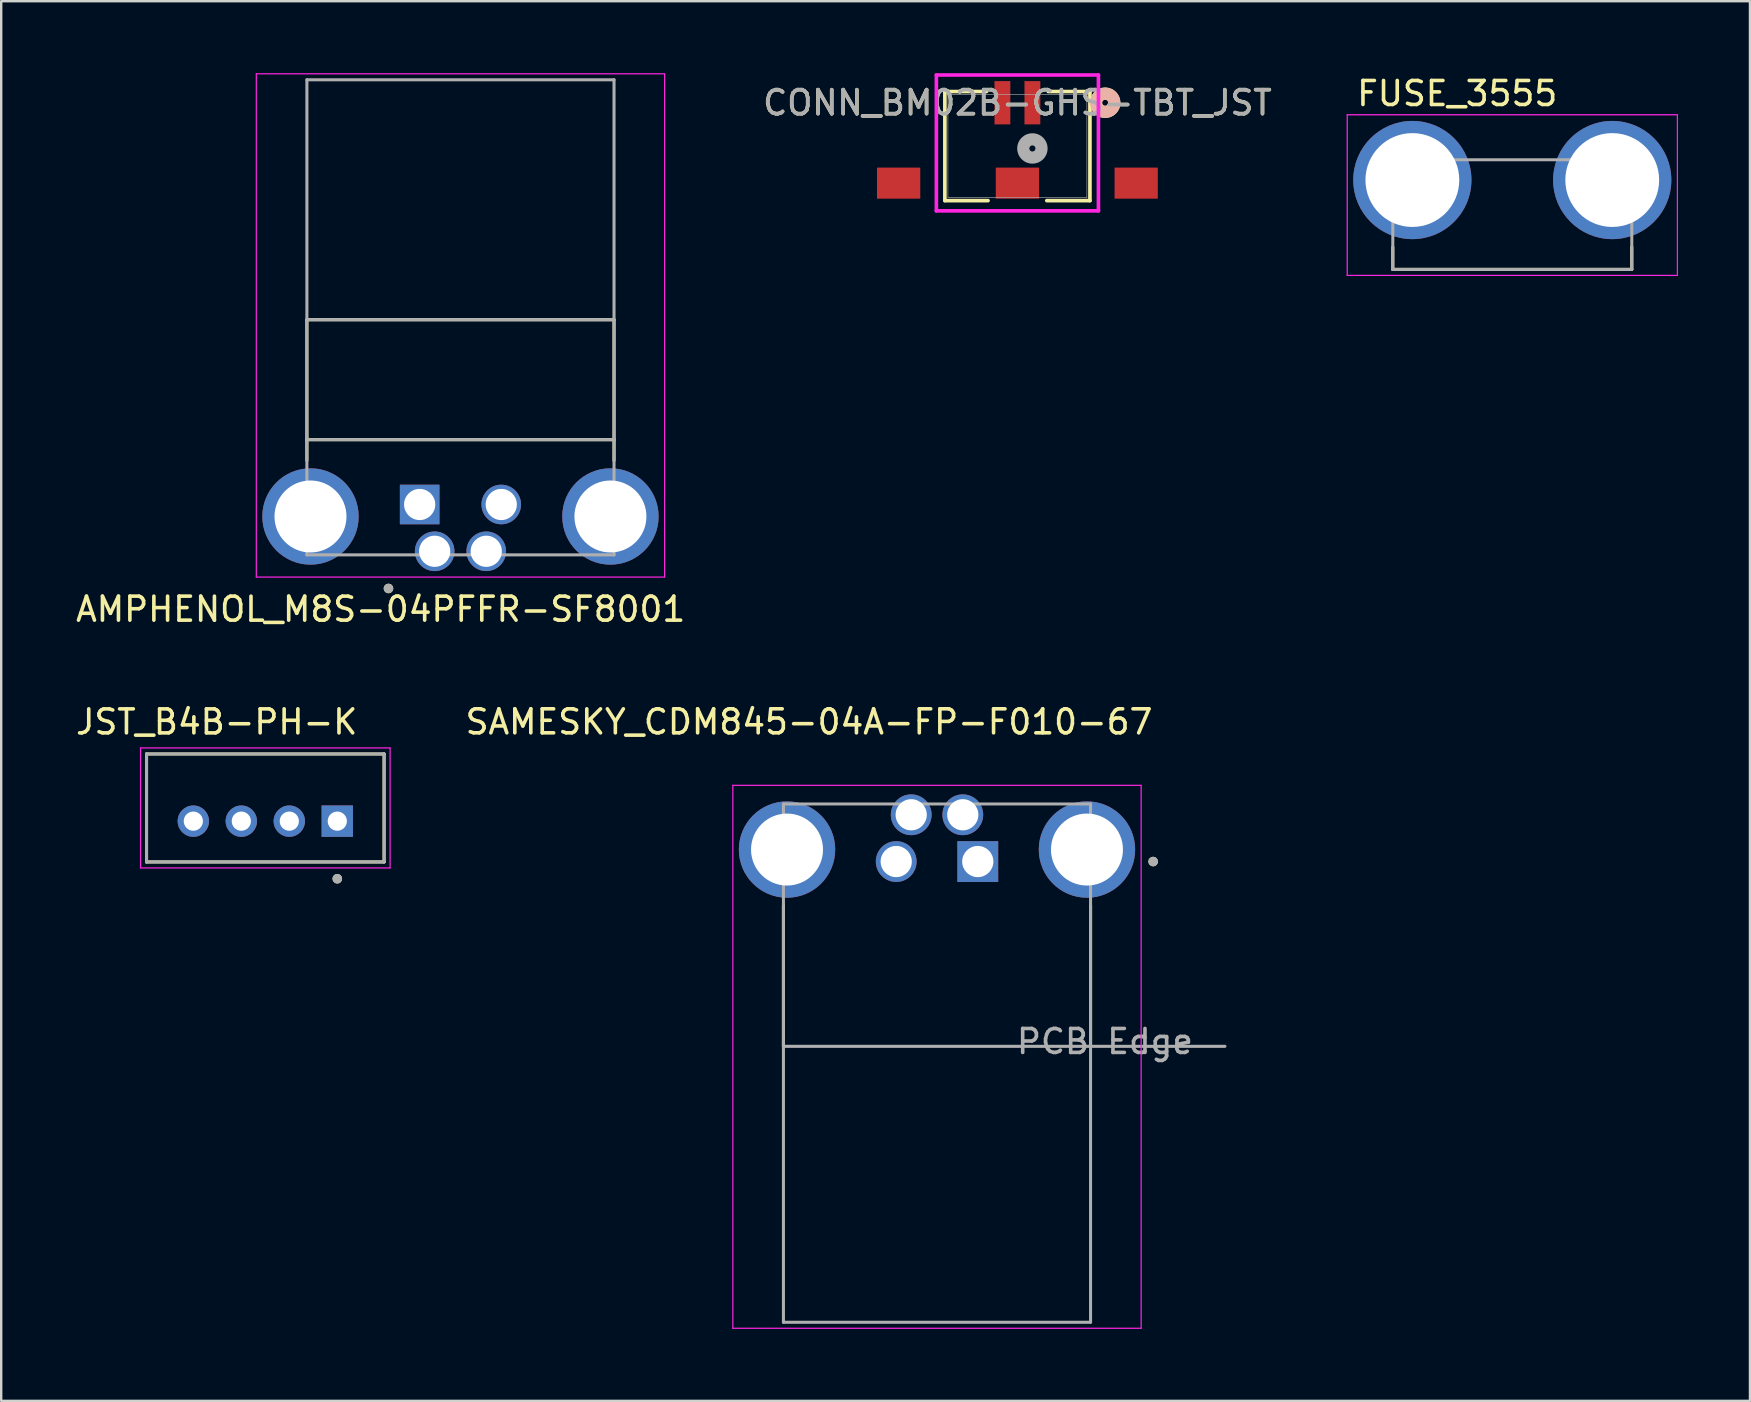
<source format=kicad_pcb>
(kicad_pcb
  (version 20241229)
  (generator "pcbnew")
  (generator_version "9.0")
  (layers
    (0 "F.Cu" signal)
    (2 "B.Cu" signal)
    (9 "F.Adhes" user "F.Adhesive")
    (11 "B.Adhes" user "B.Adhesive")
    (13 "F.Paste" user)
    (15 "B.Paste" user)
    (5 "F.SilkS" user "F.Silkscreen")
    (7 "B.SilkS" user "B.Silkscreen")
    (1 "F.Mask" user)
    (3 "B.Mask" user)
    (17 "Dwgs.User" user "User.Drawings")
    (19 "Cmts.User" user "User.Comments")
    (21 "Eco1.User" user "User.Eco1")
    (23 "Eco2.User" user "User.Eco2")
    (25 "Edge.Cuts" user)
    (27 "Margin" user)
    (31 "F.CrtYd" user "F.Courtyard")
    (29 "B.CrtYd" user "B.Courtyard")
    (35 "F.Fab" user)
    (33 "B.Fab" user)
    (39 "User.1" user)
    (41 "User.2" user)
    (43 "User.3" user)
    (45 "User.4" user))
  (footprint "AMPHENOL_M8S-04PFFR-SF8001"
    (layer "F.Cu")
    (at 16.14 18.475)
    (property "Reference" "AMPHENOL_M8S-04PFFR-SF8001" (at -3.325 3.865 0) (layer "F.SilkS") (effects (font (size 1 1) (thickness 0.15))))
    (attr through_hole)
    (fp_line (start -6.4 -8.2) (end 6.4 -8.2) (stroke (width 0.127) (type solid)) (layer "F.SilkS"))
    (fp_line (start -6.4 -3.2) (end -6.4 -8.2) (stroke (width 0.127) (type solid)) (layer "F.SilkS"))
    (fp_line (start -6.4 -3.2) (end 6.4 -3.2) (stroke (width 0.127) (type solid)) (layer "F.SilkS"))
    (fp_line (start -6.4 -2.328) (end -6.4 -3.2) (stroke (width 0.127) (type solid)) (layer "F.SilkS"))
    (fp_line (start 6.4 -8.2) (end 6.4 -3.2) (stroke (width 0.127) (type solid)) (layer "F.SilkS"))
    (fp_line (start 6.4 -3.2) (end 6.4 -2.328) (stroke (width 0.127) (type solid)) (layer "F.SilkS"))
    (fp_circle (center -3 3) (end -2.9 3) (stroke (width 0.2) (type solid)) (fill no) (layer "F.SilkS"))
    (fp_line (start -8.508 -18.45) (end -8.508 2.525) (stroke (width 0.05) (type solid)) (layer "F.CrtYd"))
    (fp_line (start -8.508 2.525) (end 8.508 2.525) (stroke (width 0.05) (type solid)) (layer "F.CrtYd"))
    (fp_line (start 8.508 -18.45) (end -8.508 -18.45) (stroke (width 0.05) (type solid)) (layer "F.CrtYd"))
    (fp_line (start 8.508 2.525) (end 8.508 -18.45) (stroke (width 0.05) (type solid)) (layer "F.CrtYd"))
    (fp_line (start -6.4 -18.2) (end 6.4 -18.2) (stroke (width 0.127) (type solid)) (layer "F.Fab"))
    (fp_line (start -6.4 -8.2) (end -6.4 -18.2) (stroke (width 0.127) (type solid)) (layer "F.Fab"))
    (fp_line (start -6.4 -8.2) (end 6.4 -8.2) (stroke (width 0.127) (type solid)) (layer "F.Fab"))
    (fp_line (start -6.4 -3.2) (end -6.4 -8.2) (stroke (width 0.127) (type solid)) (layer "F.Fab"))
    (fp_line (start -6.4 -3.2) (end 6.4 -3.2) (stroke (width 0.127) (type solid)) (layer "F.Fab"))
    (fp_line (start -6.4 1.6) (end -6.4 -3.2) (stroke (width 0.127) (type solid)) (layer "F.Fab"))
    (fp_line (start 6.4 -18.2) (end 6.4 -8.2) (stroke (width 0.127) (type solid)) (layer "F.Fab"))
    (fp_line (start 6.4 -8.2) (end 6.4 -3.2) (stroke (width 0.127) (type solid)) (layer "F.Fab"))
    (fp_line (start 6.4 -3.2) (end 6.4 1.6) (stroke (width 0.127) (type solid)) (layer "F.Fab"))
    (fp_line (start 6.4 1.6) (end -6.4 1.6) (stroke (width 0.127) (type solid)) (layer "F.Fab"))
    (fp_circle (center -3 3) (end -2.9 3) (stroke (width 0.2) (type solid)) (fill no) (layer "F.Fab"))
    (pad "1" thru_hole rect (at -1.7 -0.5) (size 1.65 1.65) (drill 1.3) (layers "*.Cu" "*.Mask"))
    (pad "2" thru_hole circle (at -1.075 1.45) (size 1.65 1.65) (drill 1.3) (layers "*.Cu" "*.Mask"))
    (pad "3" thru_hole circle (at 1.7 -0.5) (size 1.65 1.65) (drill 1.3) (layers "*.Cu" "*.Mask"))
    (pad "4" thru_hole circle (at 1.075 1.45) (size 1.65 1.65) (drill 1.3) (layers "*.Cu" "*.Mask"))
    (pad "G1" thru_hole circle (at -6.25 0) (size 4.016 4.016) (drill 3) (layers "*.Cu" "*.Mask"))
    (pad "G2" thru_hole circle (at 6.25 0) (size 4.016 4.016) (drill 3) (layers "*.Cu" "*.Mask")))
  (footprint "FUSE_3555"
    (layer "F.Cu")
    (at 59.976 5.893)
    (property "Reference" "FUSE_3555" (at -2.295 -5.045 0) (layer "F.SilkS") (effects (font (size 1 1) (thickness 0.15))))
    (attr through_hole)
    (fp_line (start -4.98 1.355) (end -4.98 2.285) (stroke (width 0.127) (type solid)) (layer "F.SilkS"))
    (fp_line (start -4.98 2.285) (end 4.98 2.285) (stroke (width 0.127) (type solid)) (layer "F.SilkS"))
    (fp_line (start 4.98 2.285) (end 4.98 1.355) (stroke (width 0.127) (type solid)) (layer "F.SilkS"))
    (fp_line (start -6.88 -4.16) (end -6.88 2.535) (stroke (width 0.05) (type solid)) (layer "F.CrtYd"))
    (fp_line (start -6.88 2.535) (end 6.88 2.535) (stroke (width 0.05) (type solid)) (layer "F.CrtYd"))
    (fp_line (start 6.88 -4.16) (end -6.88 -4.16) (stroke (width 0.05) (type solid)) (layer "F.CrtYd"))
    (fp_line (start 6.88 2.535) (end 6.88 -4.16) (stroke (width 0.05) (type solid)) (layer "F.CrtYd"))
    (fp_line (start -4.98 -2.285) (end -4.98 2.285) (stroke (width 0.127) (type solid)) (layer "F.Fab"))
    (fp_line (start -4.98 2.285) (end 4.98 2.285) (stroke (width 0.127) (type solid)) (layer "F.Fab"))
    (fp_line (start 4.98 -2.285) (end -4.98 -2.285) (stroke (width 0.127) (type solid)) (layer "F.Fab"))
    (fp_line (start 4.98 2.285) (end 4.98 -2.285) (stroke (width 0.127) (type solid)) (layer "F.Fab"))
    (pad "1_1" thru_hole circle (at -4.165 -1.44) (size 4.926 4.926) (drill 3.91) (layers "*.Cu" "*.Mask"))
    (pad "1_2" thru_hole circle (at 4.165 -1.44) (size 4.926 4.926) (drill 3.91) (layers "*.Cu" "*.Mask")))
  (footprint "JST_B4B-PH-K"
    (layer "F.Cu")
    (at 8.007 30.622)
    (property "Reference" "JST_B4B-PH-K" (at -2.025 -3.585 0) (layer "F.SilkS") (effects (font (size 1 1) (thickness 0.15))))
    (attr through_hole)
    (fp_line (start -4.95 -2.25) (end 4.95 -2.25) (stroke (width 0.127) (type solid)) (layer "F.SilkS"))
    (fp_line (start -4.95 2.25) (end -4.95 -2.25) (stroke (width 0.127) (type solid)) (layer "F.SilkS"))
    (fp_line (start 4.95 -2.25) (end 4.95 2.25) (stroke (width 0.127) (type solid)) (layer "F.SilkS"))
    (fp_line (start 4.95 2.25) (end -4.95 2.25) (stroke (width 0.127) (type solid)) (layer "F.SilkS"))
    (fp_circle (center 3 2.95) (end 3.1 2.95) (stroke (width 0.2) (type solid)) (fill no) (layer "F.SilkS"))
    (fp_line (start -5.2 -2.5) (end 5.2 -2.5) (stroke (width 0.05) (type solid)) (layer "F.CrtYd"))
    (fp_line (start -5.2 2.5) (end -5.2 -2.5) (stroke (width 0.05) (type solid)) (layer "F.CrtYd"))
    (fp_line (start 5.2 -2.5) (end 5.2 2.5) (stroke (width 0.05) (type solid)) (layer "F.CrtYd"))
    (fp_line (start 5.2 2.5) (end -5.2 2.5) (stroke (width 0.05) (type solid)) (layer "F.CrtYd"))
    (fp_line (start -4.95 -2.25) (end 4.95 -2.25) (stroke (width 0.127) (type solid)) (layer "F.Fab"))
    (fp_line (start -4.95 2.25) (end -4.95 -2.25) (stroke (width 0.127) (type solid)) (layer "F.Fab"))
    (fp_line (start 4.95 -2.25) (end 4.95 2.25) (stroke (width 0.127) (type solid)) (layer "F.Fab"))
    (fp_line (start 4.95 2.25) (end -4.95 2.25) (stroke (width 0.127) (type solid)) (layer "F.Fab"))
    (fp_circle (center 3 2.95) (end 3.1 2.95) (stroke (width 0.2) (type solid)) (fill no) (layer "F.Fab"))
    (pad "1" thru_hole rect (at 3 0.55) (size 1.308 1.308) (drill 0.8) (layers "*.Cu" "*.Mask"))
    (pad "2" thru_hole circle (at 1 0.55) (size 1.308 1.308) (drill 0.8) (layers "*.Cu" "*.Mask"))
    (pad "3" thru_hole circle (at -1 0.55) (size 1.308 1.308) (drill 0.8) (layers "*.Cu" "*.Mask"))
    (pad "4" thru_hole circle (at -3 0.55) (size 1.308 1.308) (drill 0.8) (layers "*.Cu" "*.Mask")))
  (footprint "CONN_BM02B-GHS-TBT_JST"
    (layer "F.Cu")
    (at 39.351 3.038)
    (property "Reference" "CONN_BM02B-GHS-TBT_JST" (at 0 -1.806 0) (unlocked yes) (layer "F.SilkS") (effects (font (size 1 1) (thickness 0.15))))
    (attr smd)
    (fp_line (start -3.023 -2.273) (end -3.023 2.273) (stroke (width 0.152) (type solid)) (layer "F.SilkS"))
    (fp_line (start -3.023 2.273) (end -1.224 2.273) (stroke (width 0.152) (type solid)) (layer "F.SilkS"))
    (fp_line (start -1.288 -2.273) (end -3.023 -2.273) (stroke (width 0.152) (type solid)) (layer "F.SilkS"))
    (fp_line (start 1.224 2.273) (end 3.023 2.273) (stroke (width 0.152) (type solid)) (layer "F.SilkS"))
    (fp_line (start 3.023 -2.273) (end 1.288 -2.273) (stroke (width 0.152) (type solid)) (layer "F.SilkS"))
    (fp_line (start 3.023 2.273) (end 3.023 -2.273) (stroke (width 0.152) (type solid)) (layer "F.SilkS"))
    (fp_circle (center 3.658 -1.806) (end 4.039 -1.806) (stroke (width 0.508) (type solid)) (fill no) (layer "F.SilkS"))
    (fp_circle (center 3.658 -1.806) (end 4.039 -1.806) (stroke (width 0.508) (type solid)) (fill no) (layer "B.SilkS"))
    (fp_line (start -3.377 -2.962) (end -3.377 2.699) (stroke (width 0.152) (type solid)) (layer "F.CrtYd"))
    (fp_line (start -3.377 2.699) (end 3.377 2.699) (stroke (width 0.152) (type solid)) (layer "F.CrtYd"))
    (fp_line (start 3.377 -2.962) (end -3.377 -2.962) (stroke (width 0.152) (type solid)) (layer "F.CrtYd"))
    (fp_line (start 3.377 2.699) (end 3.377 -2.962) (stroke (width 0.152) (type solid)) (layer "F.CrtYd"))
    (fp_line (start -2.896 -2.146) (end -2.896 2.146) (stroke (width 0.025) (type solid)) (layer "F.Fab"))
    (fp_line (start -2.896 2.146) (end 2.896 2.146) (stroke (width 0.025) (type solid)) (layer "F.Fab"))
    (fp_line (start 2.896 -2.146) (end -2.896 -2.146) (stroke (width 0.025) (type solid)) (layer "F.Fab"))
    (fp_line (start 2.896 2.146) (end 2.896 -2.146) (stroke (width 0.025) (type solid)) (layer "F.Fab"))
    (fp_circle (center 0.625 0.099) (end 1.006 0.099) (stroke (width 0.508) (type solid)) (fill no) (layer "F.Fab"))
    (fp_text user "${REFERENCE}" (at 0 -1.806 0) (unlocked yes) (layer "F.Fab") (effects (font (size 1 1) (thickness 0.15))))
    (pad "1" smd rect (at 0.625 -1.806) (size 0.66 1.803) (layers "F.Cu" "F.Mask" "F.Paste"))
    (pad "2" smd rect (at -0.625 -1.806) (size 0.66 1.803) (layers "F.Cu" "F.Mask" "F.Paste"))
    (pad "3" smd rect (at -4.95 1.544 90) (size 1.295 1.803) (layers "F.Cu" "F.Mask" "F.Paste"))
    (pad "4" smd rect (at 0 1.544 90) (size 1.295 1.803) (layers "F.Cu" "F.Mask" "F.Paste"))
    (pad "5" smd rect (at 4.95 1.544 90) (size 1.295 1.803) (layers "F.Cu" "F.Mask" "F.Paste")))
  (footprint "SAMESKY_CDM845-04A-FP-F010-67"
    (layer "F.Cu")
    (at 36 32.356)
    (property "Reference" "SAMESKY_CDM845-04A-FP-F010-67" (at -5.333 -5.32 0) (layer "F.SilkS") (effects (font (size 1 1) (thickness 0.15))))
    (attr through_hole)
    (fp_line (start -6.4 8.2) (end -6.4 2.328) (stroke (width 0.127) (type solid)) (layer "F.SilkS"))
    (fp_line (start 6.4 8.2) (end 6.4 2.328) (stroke (width 0.127) (type solid)) (layer "F.SilkS"))
    (fp_circle (center 9.008 0.5) (end 9.108 0.5) (stroke (width 0.2) (type solid)) (fill no) (layer "F.SilkS"))
    (fp_line (start -8.508 -2.676) (end -8.508 19.95) (stroke (width 0.05) (type solid)) (layer "F.CrtYd"))
    (fp_line (start -8.508 19.95) (end 8.508 19.95) (stroke (width 0.05) (type solid)) (layer "F.CrtYd"))
    (fp_line (start 8.508 -2.676) (end -8.508 -2.676) (stroke (width 0.05) (type solid)) (layer "F.CrtYd"))
    (fp_line (start 8.508 19.95) (end 8.508 -2.676) (stroke (width 0.05) (type solid)) (layer "F.CrtYd"))
    (fp_line (start -6.4 -1.9) (end 6.4 -1.9) (stroke (width 0.127) (type solid)) (layer "F.Fab"))
    (fp_line (start -6.4 8.2) (end -6.4 -1.9) (stroke (width 0.127) (type solid)) (layer "F.Fab"))
    (fp_line (start -6.4 8.2) (end 12 8.2) (stroke (width 0.127) (type solid)) (layer "F.Fab"))
    (fp_line (start -6.4 19.7) (end -6.4 8.2) (stroke (width 0.127) (type solid)) (layer "F.Fab"))
    (fp_line (start 6.4 -1.9) (end 6.4 19.7) (stroke (width 0.127) (type solid)) (layer "F.Fab"))
    (fp_line (start 6.4 19.7) (end -6.4 19.7) (stroke (width 0.127) (type solid)) (layer "F.Fab"))
    (fp_circle (center 9.008 0.5) (end 9.108 0.5) (stroke (width 0.2) (type solid)) (fill no) (layer "F.Fab"))
    (fp_text user "PCB Edge" (at 7 8 0) (layer "F.Fab") (effects (font (size 1 1) (thickness 0.15))))
    (pad "1" thru_hole rect (at 1.7 0.5) (size 1.7 1.7) (drill 1.3) (layers "*.Cu" "*.Mask"))
    (pad "2" thru_hole circle (at 1.075 -1.45) (size 1.7 1.7) (drill 1.3) (layers "*.Cu" "*.Mask"))
    (pad "3" thru_hole circle (at -1.7 0.5) (size 1.7 1.7) (drill 1.3) (layers "*.Cu" "*.Mask"))
    (pad "4" thru_hole circle (at -1.075 -1.45) (size 1.7 1.7) (drill 1.3) (layers "*.Cu" "*.Mask"))
    (pad "SH1" thru_hole circle (at 6.25 0) (size 4.016 4.016) (drill 3) (layers "*.Cu" "*.Mask"))
    (pad "SH2" thru_hole circle (at -6.25 0) (size 4.016 4.016) (drill 3) (layers "*.Cu" "*.Mask")))
  (gr_rect
    (start -3 -3)
    (end 69.881 55.331)
    (stroke (width 0.1) (type default))
    (fill no)
    (layer "Edge.Cuts")))
</source>
